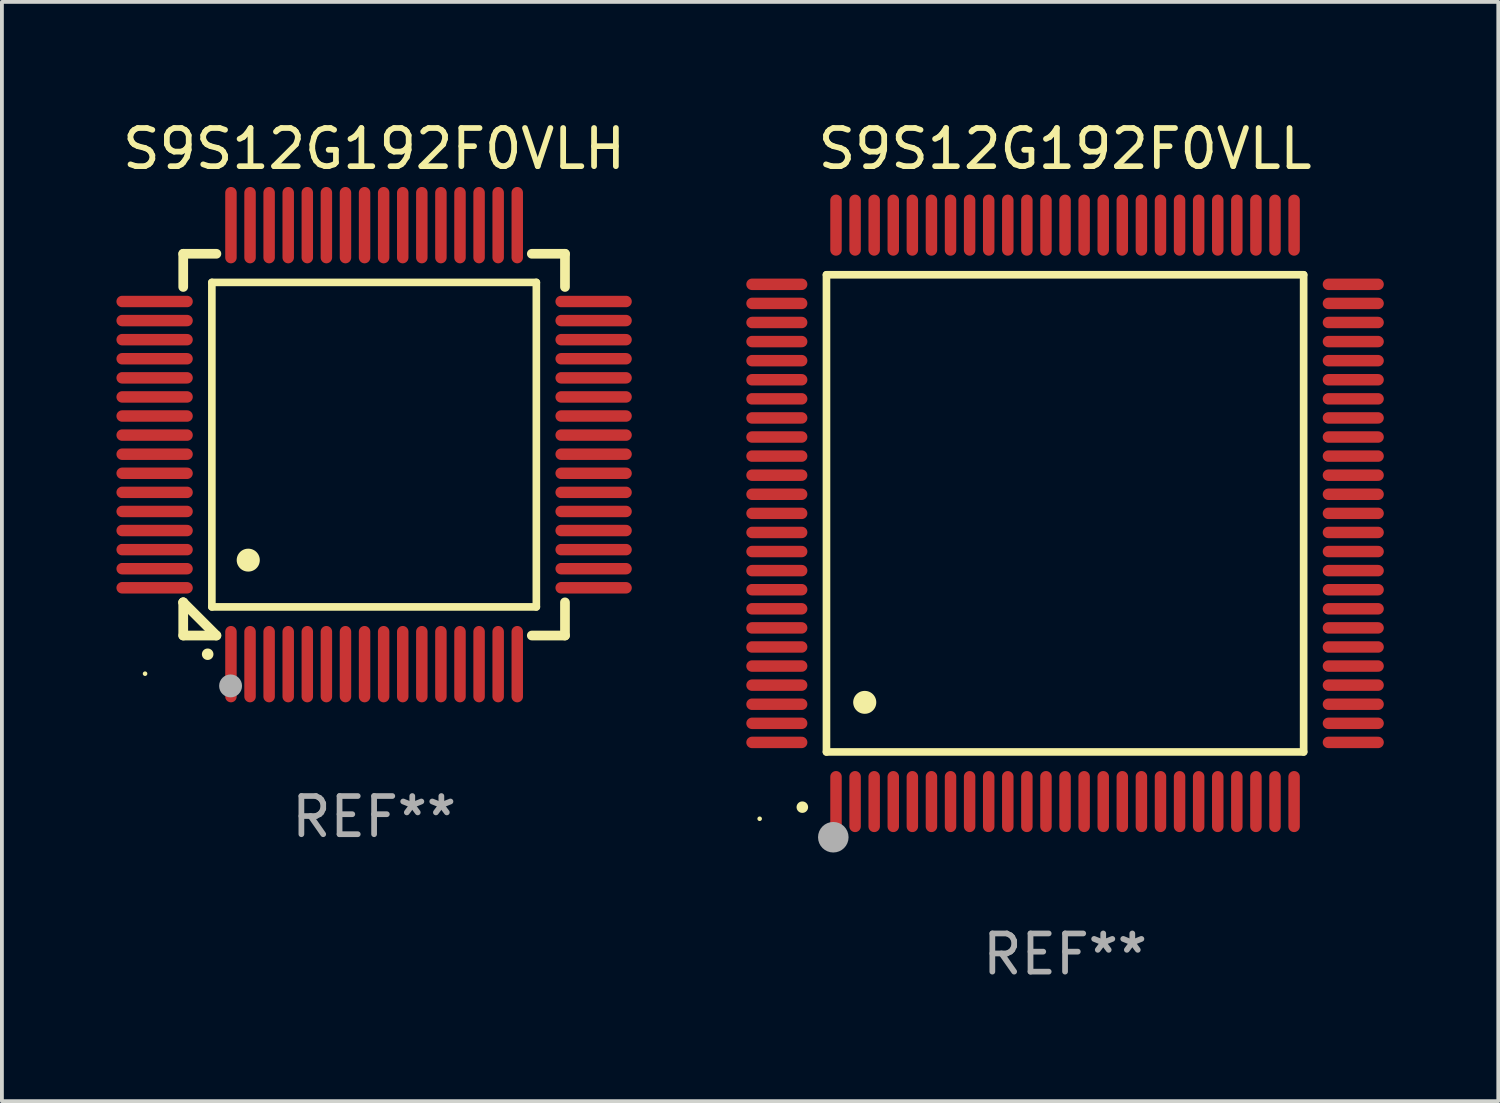
<source format=kicad_pcb>
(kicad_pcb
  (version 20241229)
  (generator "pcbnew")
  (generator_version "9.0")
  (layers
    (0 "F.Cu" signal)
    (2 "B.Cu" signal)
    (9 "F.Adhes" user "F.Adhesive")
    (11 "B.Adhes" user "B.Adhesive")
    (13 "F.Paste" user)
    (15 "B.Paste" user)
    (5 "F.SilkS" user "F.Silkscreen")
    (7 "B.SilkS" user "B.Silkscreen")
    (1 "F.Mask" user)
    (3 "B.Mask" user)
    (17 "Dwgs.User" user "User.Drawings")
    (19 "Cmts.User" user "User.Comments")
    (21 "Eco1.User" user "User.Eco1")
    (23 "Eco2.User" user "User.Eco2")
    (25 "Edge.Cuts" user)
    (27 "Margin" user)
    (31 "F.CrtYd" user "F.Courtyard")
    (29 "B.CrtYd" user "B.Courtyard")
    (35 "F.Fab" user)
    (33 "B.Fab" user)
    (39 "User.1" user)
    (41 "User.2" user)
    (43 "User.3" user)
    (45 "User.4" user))
  (footprint "S9S12G192F0VLH"
    (layer "F.Cu")
    (at 6.75 8.598)
    (property "Reference" "S9S12G192F0VLH" (at 0 -7.75 0) (layer "F.SilkS") (effects (font (size 1 1) (thickness 0.15))))
    (attr through_hole)
    (fp_line (start -5 -5) (end -4.131 -5) (stroke (width 0.254) (type solid)) (layer "F.SilkS"))
    (fp_line (start -5 -4.131) (end -5 -5) (stroke (width 0.254) (type solid)) (layer "F.SilkS"))
    (fp_line (start -5 4.131) (end -5 4.131) (stroke (width 0.254) (type solid)) (layer "F.SilkS"))
    (fp_line (start -5 5) (end -5 4.131) (stroke (width 0.254) (type solid)) (layer "F.SilkS"))
    (fp_line (start -5 4.131) (end -4.131 5) (stroke (width 0.254) (type solid)) (layer "F.SilkS"))
    (fp_line (start -4.25 -4.25) (end -4.25 4.25) (stroke (width 0.2) (type solid)) (layer "F.SilkS"))
    (fp_line (start -4.25 4.25) (end 4.25 4.25) (stroke (width 0.2) (type solid)) (layer "F.SilkS"))
    (fp_line (start -4.131 5) (end -5 5) (stroke (width 0.254) (type solid)) (layer "F.SilkS"))
    (fp_line (start 4.25 -4.25) (end -4.25 -4.25) (stroke (width 0.2) (type solid)) (layer "F.SilkS"))
    (fp_line (start 4.25 4.25) (end 4.25 -4.25) (stroke (width 0.2) (type solid)) (layer "F.SilkS"))
    (fp_line (start 5 -5) (end 4.131 -5) (stroke (width 0.254) (type solid)) (layer "F.SilkS"))
    (fp_line (start 5 -5) (end 5 -4.131) (stroke (width 0.254) (type solid)) (layer "F.SilkS"))
    (fp_line (start 5 4.131) (end 5 5) (stroke (width 0.254) (type solid)) (layer "F.SilkS"))
    (fp_line (start 5 5) (end 4.131 5) (stroke (width 0.254) (type solid)) (layer "F.SilkS"))
    (fp_arc (start -4.361265 5.489992) (mid -4.359995 5.489987) (end -4.358725 5.489992) (stroke (width 0.3) (type solid)) (layer "F.SilkS"))
    (fp_arc (start -3.299467 3.025146) (mid -3.296927 3.025135) (end -3.294387 3.025146) (stroke (width 0.6) (type solid)) (layer "F.SilkS"))
    (fp_circle (center -6 6) (end -5.97 6) (stroke (width 0.06) (type solid)) (fill no) (layer "F.SilkS"))
    (fp_circle (center -3.76 6.32) (end -3.61 6.32) (stroke (width 0.3) (type solid)) (fill no) (layer "F.Fab"))
    (fp_text user "REF**" (at 0 9.75 0) (layer "F.Fab") (effects (font (size 1 1) (thickness 0.15))))
    (pad "1" smd oval (at -3.75 5.75) (size 0.3 2) (layers "F.Cu" "F.Mask" "F.Paste"))
    (pad "2" smd oval (at -3.25 5.75) (size 0.3 2) (layers "F.Cu" "F.Mask" "F.Paste"))
    (pad "3" smd oval (at -2.75 5.75) (size 0.3 2) (layers "F.Cu" "F.Mask" "F.Paste"))
    (pad "4" smd oval (at -2.25 5.75) (size 0.3 2) (layers "F.Cu" "F.Mask" "F.Paste"))
    (pad "5" smd oval (at -1.75 5.75) (size 0.3 2) (layers "F.Cu" "F.Mask" "F.Paste"))
    (pad "6" smd oval (at -1.25 5.75) (size 0.3 2) (layers "F.Cu" "F.Mask" "F.Paste"))
    (pad "7" smd oval (at -0.75 5.75) (size 0.3 2) (layers "F.Cu" "F.Mask" "F.Paste"))
    (pad "8" smd oval (at -0.25 5.75) (size 0.3 2) (layers "F.Cu" "F.Mask" "F.Paste"))
    (pad "9" smd oval (at 0.25 5.75) (size 0.3 2) (layers "F.Cu" "F.Mask" "F.Paste"))
    (pad "10" smd oval (at 0.75 5.75) (size 0.3 2) (layers "F.Cu" "F.Mask" "F.Paste"))
    (pad "11" smd oval (at 1.25 5.75) (size 0.3 2) (layers "F.Cu" "F.Mask" "F.Paste"))
    (pad "12" smd oval (at 1.75 5.75) (size 0.3 2) (layers "F.Cu" "F.Mask" "F.Paste"))
    (pad "13" smd oval (at 2.25 5.75) (size 0.3 2) (layers "F.Cu" "F.Mask" "F.Paste"))
    (pad "14" smd oval (at 2.75 5.75) (size 0.3 2) (layers "F.Cu" "F.Mask" "F.Paste"))
    (pad "15" smd oval (at 3.25 5.75) (size 0.3 2) (layers "F.Cu" "F.Mask" "F.Paste"))
    (pad "16" smd oval (at 3.75 5.75) (size 0.3 2) (layers "F.Cu" "F.Mask" "F.Paste"))
    (pad "17" smd oval (at 5.75 3.75) (size 2 0.3) (layers "F.Cu" "F.Mask" "F.Paste"))
    (pad "18" smd oval (at 5.75 3.25) (size 2 0.3) (layers "F.Cu" "F.Mask" "F.Paste"))
    (pad "19" smd oval (at 5.75 2.75) (size 2 0.3) (layers "F.Cu" "F.Mask" "F.Paste"))
    (pad "20" smd oval (at 5.75 2.25) (size 2 0.3) (layers "F.Cu" "F.Mask" "F.Paste"))
    (pad "21" smd oval (at 5.75 1.75) (size 2 0.3) (layers "F.Cu" "F.Mask" "F.Paste"))
    (pad "22" smd oval (at 5.75 1.25) (size 2 0.3) (layers "F.Cu" "F.Mask" "F.Paste"))
    (pad "23" smd oval (at 5.75 0.75) (size 2 0.3) (layers "F.Cu" "F.Mask" "F.Paste"))
    (pad "24" smd oval (at 5.75 0.25) (size 2 0.3) (layers "F.Cu" "F.Mask" "F.Paste"))
    (pad "25" smd oval (at 5.75 -0.25) (size 2 0.3) (layers "F.Cu" "F.Mask" "F.Paste"))
    (pad "26" smd oval (at 5.75 -0.75) (size 2 0.3) (layers "F.Cu" "F.Mask" "F.Paste"))
    (pad "27" smd oval (at 5.75 -1.25) (size 2 0.3) (layers "F.Cu" "F.Mask" "F.Paste"))
    (pad "28" smd oval (at 5.75 -1.75) (size 2 0.3) (layers "F.Cu" "F.Mask" "F.Paste"))
    (pad "29" smd oval (at 5.75 -2.25) (size 2 0.3) (layers "F.Cu" "F.Mask" "F.Paste"))
    (pad "30" smd oval (at 5.75 -2.75) (size 2 0.3) (layers "F.Cu" "F.Mask" "F.Paste"))
    (pad "31" smd oval (at 5.75 -3.25) (size 2 0.3) (layers "F.Cu" "F.Mask" "F.Paste"))
    (pad "32" smd oval (at 5.75 -3.75) (size 2 0.3) (layers "F.Cu" "F.Mask" "F.Paste"))
    (pad "33" smd oval (at 3.75 -5.75) (size 0.3 2) (layers "F.Cu" "F.Mask" "F.Paste"))
    (pad "34" smd oval (at 3.25 -5.75) (size 0.3 2) (layers "F.Cu" "F.Mask" "F.Paste"))
    (pad "35" smd oval (at 2.75 -5.75) (size 0.3 2) (layers "F.Cu" "F.Mask" "F.Paste"))
    (pad "36" smd oval (at 2.25 -5.75) (size 0.3 2) (layers "F.Cu" "F.Mask" "F.Paste"))
    (pad "37" smd oval (at 1.75 -5.75) (size 0.3 2) (layers "F.Cu" "F.Mask" "F.Paste"))
    (pad "38" smd oval (at 1.25 -5.75) (size 0.3 2) (layers "F.Cu" "F.Mask" "F.Paste"))
    (pad "39" smd oval (at 0.75 -5.75) (size 0.3 2) (layers "F.Cu" "F.Mask" "F.Paste"))
    (pad "40" smd oval (at 0.25 -5.75) (size 0.3 2) (layers "F.Cu" "F.Mask" "F.Paste"))
    (pad "41" smd oval (at -0.25 -5.75) (size 0.3 2) (layers "F.Cu" "F.Mask" "F.Paste"))
    (pad "42" smd oval (at -0.75 -5.75) (size 0.3 2) (layers "F.Cu" "F.Mask" "F.Paste"))
    (pad "43" smd oval (at -1.25 -5.75) (size 0.3 2) (layers "F.Cu" "F.Mask" "F.Paste"))
    (pad "44" smd oval (at -1.75 -5.75) (size 0.3 2) (layers "F.Cu" "F.Mask" "F.Paste"))
    (pad "45" smd oval (at -2.25 -5.75) (size 0.3 2) (layers "F.Cu" "F.Mask" "F.Paste"))
    (pad "46" smd oval (at -2.75 -5.75) (size 0.3 2) (layers "F.Cu" "F.Mask" "F.Paste"))
    (pad "47" smd oval (at -3.25 -5.75) (size 0.3 2) (layers "F.Cu" "F.Mask" "F.Paste"))
    (pad "48" smd oval (at -3.75 -5.75) (size 0.3 2) (layers "F.Cu" "F.Mask" "F.Paste"))
    (pad "49" smd oval (at -5.75 -3.75) (size 2 0.3) (layers "F.Cu" "F.Mask" "F.Paste"))
    (pad "50" smd oval (at -5.75 -3.25) (size 2 0.3) (layers "F.Cu" "F.Mask" "F.Paste"))
    (pad "51" smd oval (at -5.75 -2.75) (size 2 0.3) (layers "F.Cu" "F.Mask" "F.Paste"))
    (pad "52" smd oval (at -5.75 -2.25) (size 2 0.3) (layers "F.Cu" "F.Mask" "F.Paste"))
    (pad "53" smd oval (at -5.75 -1.75) (size 2 0.3) (layers "F.Cu" "F.Mask" "F.Paste"))
    (pad "54" smd oval (at -5.75 -1.25) (size 2 0.3) (layers "F.Cu" "F.Mask" "F.Paste"))
    (pad "55" smd oval (at -5.75 -0.75) (size 2 0.3) (layers "F.Cu" "F.Mask" "F.Paste"))
    (pad "56" smd oval (at -5.75 -0.25) (size 2 0.3) (layers "F.Cu" "F.Mask" "F.Paste"))
    (pad "57" smd oval (at -5.75 0.25) (size 2 0.3) (layers "F.Cu" "F.Mask" "F.Paste"))
    (pad "58" smd oval (at -5.75 0.75) (size 2 0.3) (layers "F.Cu" "F.Mask" "F.Paste"))
    (pad "59" smd oval (at -5.75 1.25) (size 2 0.3) (layers "F.Cu" "F.Mask" "F.Paste"))
    (pad "60" smd oval (at -5.75 1.75) (size 2 0.3) (layers "F.Cu" "F.Mask" "F.Paste"))
    (pad "61" smd oval (at -5.75 2.25) (size 2 0.3) (layers "F.Cu" "F.Mask" "F.Paste"))
    (pad "62" smd oval (at -5.75 2.75) (size 2 0.3) (layers "F.Cu" "F.Mask" "F.Paste"))
    (pad "63" smd oval (at -5.75 3.25) (size 2 0.3) (layers "F.Cu" "F.Mask" "F.Paste"))
    (pad "64" smd oval (at -5.75 3.75) (size 2 0.3) (layers "F.Cu" "F.Mask" "F.Paste")))
  (footprint "S9S12G192F0VLL"
    (layer "F.Cu")
    (at 24.85 10.398)
    (property "Reference" "S9S12G192F0VLL" (at 0 -9.55 0) (layer "F.SilkS") (effects (font (size 1 1) (thickness 0.15))))
    (attr through_hole)
    (fp_line (start -6.25 -6.25) (end -6.25 6.25) (stroke (width 0.2) (type solid)) (layer "F.SilkS"))
    (fp_line (start -6.25 6.25) (end 6.25 6.25) (stroke (width 0.2) (type solid)) (layer "F.SilkS"))
    (fp_line (start 6.25 -6.25) (end -6.25 -6.25) (stroke (width 0.2) (type solid)) (layer "F.SilkS"))
    (fp_line (start 6.25 6.25) (end 6.25 -6.25) (stroke (width 0.2) (type solid)) (layer "F.SilkS"))
    (fp_arc (start -6.883414 7.696215) (mid -6.882144 7.69621) (end -6.880874 7.696215) (stroke (width 0.3) (type solid)) (layer "F.SilkS"))
    (fp_arc (start -5.250191 4.95047) (mid -5.247651 4.950459) (end -5.245111 4.95047) (stroke (width 0.6) (type solid)) (layer "F.SilkS"))
    (fp_circle (center -8 8) (end -7.97 8) (stroke (width 0.06) (type solid)) (fill no) (layer "F.SilkS"))
    (fp_circle (center -6.071 8.484) (end -5.871 8.484) (stroke (width 0.4) (type solid)) (fill no) (layer "F.Fab"))
    (fp_text user "REF**" (at 0 11.55 0) (layer "F.Fab") (effects (font (size 1 1) (thickness 0.15))))
    (pad "1" smd oval (at -6 7.55) (size 0.3 1.6) (layers "F.Cu" "F.Mask" "F.Paste"))
    (pad "2" smd oval (at -5.5 7.55) (size 0.3 1.6) (layers "F.Cu" "F.Mask" "F.Paste"))
    (pad "3" smd oval (at -5 7.55) (size 0.3 1.6) (layers "F.Cu" "F.Mask" "F.Paste"))
    (pad "4" smd oval (at -4.5 7.55) (size 0.3 1.6) (layers "F.Cu" "F.Mask" "F.Paste"))
    (pad "5" smd oval (at -4 7.55) (size 0.3 1.6) (layers "F.Cu" "F.Mask" "F.Paste"))
    (pad "6" smd oval (at -3.5 7.55) (size 0.3 1.6) (layers "F.Cu" "F.Mask" "F.Paste"))
    (pad "7" smd oval (at -3 7.55) (size 0.3 1.6) (layers "F.Cu" "F.Mask" "F.Paste"))
    (pad "8" smd oval (at -2.5 7.55) (size 0.3 1.6) (layers "F.Cu" "F.Mask" "F.Paste"))
    (pad "9" smd oval (at -2 7.55) (size 0.3 1.6) (layers "F.Cu" "F.Mask" "F.Paste"))
    (pad "10" smd oval (at -1.5 7.55) (size 0.3 1.6) (layers "F.Cu" "F.Mask" "F.Paste"))
    (pad "11" smd oval (at -1 7.55) (size 0.3 1.6) (layers "F.Cu" "F.Mask" "F.Paste"))
    (pad "12" smd oval (at -0.5 7.55) (size 0.3 1.6) (layers "F.Cu" "F.Mask" "F.Paste"))
    (pad "13" smd oval (at 0 7.55) (size 0.3 1.6) (layers "F.Cu" "F.Mask" "F.Paste"))
    (pad "14" smd oval (at 0.5 7.55) (size 0.3 1.6) (layers "F.Cu" "F.Mask" "F.Paste"))
    (pad "15" smd oval (at 1 7.55) (size 0.3 1.6) (layers "F.Cu" "F.Mask" "F.Paste"))
    (pad "16" smd oval (at 1.5 7.55) (size 0.3 1.6) (layers "F.Cu" "F.Mask" "F.Paste"))
    (pad "17" smd oval (at 2 7.55) (size 0.3 1.6) (layers "F.Cu" "F.Mask" "F.Paste"))
    (pad "18" smd oval (at 2.5 7.55) (size 0.3 1.6) (layers "F.Cu" "F.Mask" "F.Paste"))
    (pad "19" smd oval (at 3 7.55) (size 0.3 1.6) (layers "F.Cu" "F.Mask" "F.Paste"))
    (pad "20" smd oval (at 3.5 7.55) (size 0.3 1.6) (layers "F.Cu" "F.Mask" "F.Paste"))
    (pad "21" smd oval (at 4 7.55) (size 0.3 1.6) (layers "F.Cu" "F.Mask" "F.Paste"))
    (pad "22" smd oval (at 4.5 7.55) (size 0.3 1.6) (layers "F.Cu" "F.Mask" "F.Paste"))
    (pad "23" smd oval (at 5 7.55) (size 0.3 1.6) (layers "F.Cu" "F.Mask" "F.Paste"))
    (pad "24" smd oval (at 5.5 7.55) (size 0.3 1.6) (layers "F.Cu" "F.Mask" "F.Paste"))
    (pad "25" smd oval (at 6 7.55) (size 0.3 1.6) (layers "F.Cu" "F.Mask" "F.Paste"))
    (pad "26" smd oval (at 7.55 6) (size 1.6 0.3) (layers "F.Cu" "F.Mask" "F.Paste"))
    (pad "27" smd oval (at 7.55 5.5) (size 1.6 0.3) (layers "F.Cu" "F.Mask" "F.Paste"))
    (pad "28" smd oval (at 7.55 5) (size 1.6 0.3) (layers "F.Cu" "F.Mask" "F.Paste"))
    (pad "29" smd oval (at 7.55 4.5) (size 1.6 0.3) (layers "F.Cu" "F.Mask" "F.Paste"))
    (pad "30" smd oval (at 7.55 4) (size 1.6 0.3) (layers "F.Cu" "F.Mask" "F.Paste"))
    (pad "31" smd oval (at 7.55 3.5) (size 1.6 0.3) (layers "F.Cu" "F.Mask" "F.Paste"))
    (pad "32" smd oval (at 7.55 3) (size 1.6 0.3) (layers "F.Cu" "F.Mask" "F.Paste"))
    (pad "33" smd oval (at 7.55 2.5) (size 1.6 0.3) (layers "F.Cu" "F.Mask" "F.Paste"))
    (pad "34" smd oval (at 7.55 2) (size 1.6 0.3) (layers "F.Cu" "F.Mask" "F.Paste"))
    (pad "35" smd oval (at 7.55 1.5) (size 1.6 0.3) (layers "F.Cu" "F.Mask" "F.Paste"))
    (pad "36" smd oval (at 7.55 1) (size 1.6 0.3) (layers "F.Cu" "F.Mask" "F.Paste"))
    (pad "37" smd oval (at 7.55 0.5) (size 1.6 0.3) (layers "F.Cu" "F.Mask" "F.Paste"))
    (pad "38" smd oval (at 7.55 0) (size 1.6 0.3) (layers "F.Cu" "F.Mask" "F.Paste"))
    (pad "39" smd oval (at 7.55 -0.5) (size 1.6 0.3) (layers "F.Cu" "F.Mask" "F.Paste"))
    (pad "40" smd oval (at 7.55 -1) (size 1.6 0.3) (layers "F.Cu" "F.Mask" "F.Paste"))
    (pad "41" smd oval (at 7.55 -1.5) (size 1.6 0.3) (layers "F.Cu" "F.Mask" "F.Paste"))
    (pad "42" smd oval (at 7.55 -2) (size 1.6 0.3) (layers "F.Cu" "F.Mask" "F.Paste"))
    (pad "43" smd oval (at 7.55 -2.5) (size 1.6 0.3) (layers "F.Cu" "F.Mask" "F.Paste"))
    (pad "44" smd oval (at 7.55 -3) (size 1.6 0.3) (layers "F.Cu" "F.Mask" "F.Paste"))
    (pad "45" smd oval (at 7.55 -3.5) (size 1.6 0.3) (layers "F.Cu" "F.Mask" "F.Paste"))
    (pad "46" smd oval (at 7.55 -4) (size 1.6 0.3) (layers "F.Cu" "F.Mask" "F.Paste"))
    (pad "47" smd oval (at 7.55 -4.5) (size 1.6 0.3) (layers "F.Cu" "F.Mask" "F.Paste"))
    (pad "48" smd oval (at 7.55 -5) (size 1.6 0.3) (layers "F.Cu" "F.Mask" "F.Paste"))
    (pad "49" smd oval (at 7.55 -5.5) (size 1.6 0.3) (layers "F.Cu" "F.Mask" "F.Paste"))
    (pad "50" smd oval (at 7.55 -6) (size 1.6 0.3) (layers "F.Cu" "F.Mask" "F.Paste"))
    (pad "51" smd oval (at 6 -7.55) (size 0.3 1.6) (layers "F.Cu" "F.Mask" "F.Paste"))
    (pad "52" smd oval (at 5.5 -7.55) (size 0.3 1.6) (layers "F.Cu" "F.Mask" "F.Paste"))
    (pad "53" smd oval (at 5 -7.55) (size 0.3 1.6) (layers "F.Cu" "F.Mask" "F.Paste"))
    (pad "54" smd oval (at 4.5 -7.55) (size 0.3 1.6) (layers "F.Cu" "F.Mask" "F.Paste"))
    (pad "55" smd oval (at 4 -7.55) (size 0.3 1.6) (layers "F.Cu" "F.Mask" "F.Paste"))
    (pad "56" smd oval (at 3.5 -7.55) (size 0.3 1.6) (layers "F.Cu" "F.Mask" "F.Paste"))
    (pad "57" smd oval (at 3 -7.55) (size 0.3 1.6) (layers "F.Cu" "F.Mask" "F.Paste"))
    (pad "58" smd oval (at 2.5 -7.55) (size 0.3 1.6) (layers "F.Cu" "F.Mask" "F.Paste"))
    (pad "59" smd oval (at 2 -7.55) (size 0.3 1.6) (layers "F.Cu" "F.Mask" "F.Paste"))
    (pad "60" smd oval (at 1.5 -7.55) (size 0.3 1.6) (layers "F.Cu" "F.Mask" "F.Paste"))
    (pad "61" smd oval (at 1 -7.55) (size 0.3 1.6) (layers "F.Cu" "F.Mask" "F.Paste"))
    (pad "62" smd oval (at 0.5 -7.55) (size 0.3 1.6) (layers "F.Cu" "F.Mask" "F.Paste"))
    (pad "63" smd oval (at 0 -7.55) (size 0.3 1.6) (layers "F.Cu" "F.Mask" "F.Paste"))
    (pad "64" smd oval (at -0.5 -7.55) (size 0.3 1.6) (layers "F.Cu" "F.Mask" "F.Paste"))
    (pad "65" smd oval (at -1 -7.55) (size 0.3 1.6) (layers "F.Cu" "F.Mask" "F.Paste"))
    (pad "66" smd oval (at -1.5 -7.55) (size 0.3 1.6) (layers "F.Cu" "F.Mask" "F.Paste"))
    (pad "67" smd oval (at -2 -7.55) (size 0.3 1.6) (layers "F.Cu" "F.Mask" "F.Paste"))
    (pad "68" smd oval (at -2.5 -7.55) (size 0.3 1.6) (layers "F.Cu" "F.Mask" "F.Paste"))
    (pad "69" smd oval (at -3 -7.55) (size 0.3 1.6) (layers "F.Cu" "F.Mask" "F.Paste"))
    (pad "70" smd oval (at -3.5 -7.55) (size 0.3 1.6) (layers "F.Cu" "F.Mask" "F.Paste"))
    (pad "71" smd oval (at -4 -7.55) (size 0.3 1.6) (layers "F.Cu" "F.Mask" "F.Paste"))
    (pad "72" smd oval (at -4.5 -7.55) (size 0.3 1.6) (layers "F.Cu" "F.Mask" "F.Paste"))
    (pad "73" smd oval (at -5 -7.55) (size 0.3 1.6) (layers "F.Cu" "F.Mask" "F.Paste"))
    (pad "74" smd oval (at -5.5 -7.55) (size 0.3 1.6) (layers "F.Cu" "F.Mask" "F.Paste"))
    (pad "75" smd oval (at -6 -7.55) (size 0.3 1.6) (layers "F.Cu" "F.Mask" "F.Paste"))
    (pad "76" smd oval (at -7.55 -6) (size 1.6 0.3) (layers "F.Cu" "F.Mask" "F.Paste"))
    (pad "77" smd oval (at -7.55 -5.5) (size 1.6 0.3) (layers "F.Cu" "F.Mask" "F.Paste"))
    (pad "78" smd oval (at -7.55 -5) (size 1.6 0.3) (layers "F.Cu" "F.Mask" "F.Paste"))
    (pad "79" smd oval (at -7.55 -4.5) (size 1.6 0.3) (layers "F.Cu" "F.Mask" "F.Paste"))
    (pad "80" smd oval (at -7.55 -4) (size 1.6 0.3) (layers "F.Cu" "F.Mask" "F.Paste"))
    (pad "81" smd oval (at -7.55 -3.5) (size 1.6 0.3) (layers "F.Cu" "F.Mask" "F.Paste"))
    (pad "82" smd oval (at -7.55 -3) (size 1.6 0.3) (layers "F.Cu" "F.Mask" "F.Paste"))
    (pad "83" smd oval (at -7.55 -2.5) (size 1.6 0.3) (layers "F.Cu" "F.Mask" "F.Paste"))
    (pad "84" smd oval (at -7.55 -2) (size 1.6 0.3) (layers "F.Cu" "F.Mask" "F.Paste"))
    (pad "85" smd oval (at -7.55 -1.5) (size 1.6 0.3) (layers "F.Cu" "F.Mask" "F.Paste"))
    (pad "86" smd oval (at -7.55 -1) (size 1.6 0.3) (layers "F.Cu" "F.Mask" "F.Paste"))
    (pad "87" smd oval (at -7.55 -0.5) (size 1.6 0.3) (layers "F.Cu" "F.Mask" "F.Paste"))
    (pad "88" smd oval (at -7.55 0) (size 1.6 0.3) (layers "F.Cu" "F.Mask" "F.Paste"))
    (pad "89" smd oval (at -7.55 0.5) (size 1.6 0.3) (layers "F.Cu" "F.Mask" "F.Paste"))
    (pad "90" smd oval (at -7.55 1) (size 1.6 0.3) (layers "F.Cu" "F.Mask" "F.Paste"))
    (pad "91" smd oval (at -7.55 1.5) (size 1.6 0.3) (layers "F.Cu" "F.Mask" "F.Paste"))
    (pad "92" smd oval (at -7.55 2) (size 1.6 0.3) (layers "F.Cu" "F.Mask" "F.Paste"))
    (pad "93" smd oval (at -7.55 2.5) (size 1.6 0.3) (layers "F.Cu" "F.Mask" "F.Paste"))
    (pad "94" smd oval (at -7.55 3) (size 1.6 0.3) (layers "F.Cu" "F.Mask" "F.Paste"))
    (pad "95" smd oval (at -7.55 3.5) (size 1.6 0.3) (layers "F.Cu" "F.Mask" "F.Paste"))
    (pad "96" smd oval (at -7.55 4) (size 1.6 0.3) (layers "F.Cu" "F.Mask" "F.Paste"))
    (pad "97" smd oval (at -7.55 4.5) (size 1.6 0.3) (layers "F.Cu" "F.Mask" "F.Paste"))
    (pad "98" smd oval (at -7.55 5) (size 1.6 0.3) (layers "F.Cu" "F.Mask" "F.Paste"))
    (pad "99" smd oval (at -7.55 5.5) (size 1.6 0.3) (layers "F.Cu" "F.Mask" "F.Paste"))
    (pad "100" smd oval (at -7.55 6) (size 1.6 0.3) (layers "F.Cu" "F.Mask" "F.Paste")))
  (gr_rect
    (start -3 -3)
    (end 36.199 25.796)
    (stroke (width 0.1) (type default))
    (fill no)
    (layer "Edge.Cuts")))
</source>
